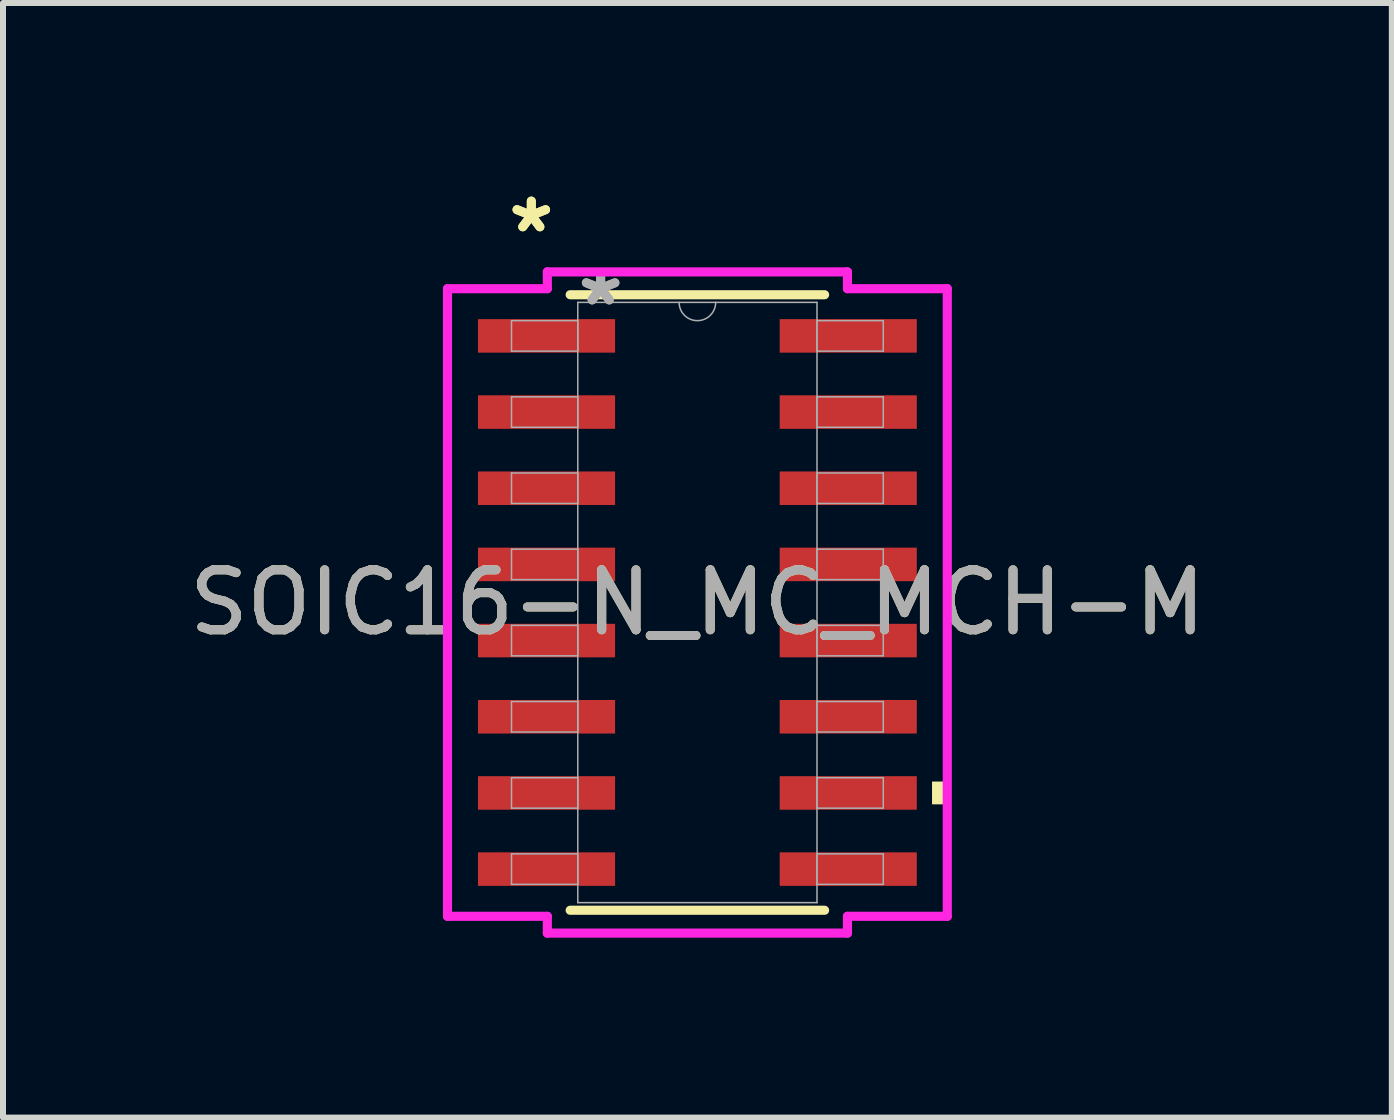
<source format=kicad_pcb>
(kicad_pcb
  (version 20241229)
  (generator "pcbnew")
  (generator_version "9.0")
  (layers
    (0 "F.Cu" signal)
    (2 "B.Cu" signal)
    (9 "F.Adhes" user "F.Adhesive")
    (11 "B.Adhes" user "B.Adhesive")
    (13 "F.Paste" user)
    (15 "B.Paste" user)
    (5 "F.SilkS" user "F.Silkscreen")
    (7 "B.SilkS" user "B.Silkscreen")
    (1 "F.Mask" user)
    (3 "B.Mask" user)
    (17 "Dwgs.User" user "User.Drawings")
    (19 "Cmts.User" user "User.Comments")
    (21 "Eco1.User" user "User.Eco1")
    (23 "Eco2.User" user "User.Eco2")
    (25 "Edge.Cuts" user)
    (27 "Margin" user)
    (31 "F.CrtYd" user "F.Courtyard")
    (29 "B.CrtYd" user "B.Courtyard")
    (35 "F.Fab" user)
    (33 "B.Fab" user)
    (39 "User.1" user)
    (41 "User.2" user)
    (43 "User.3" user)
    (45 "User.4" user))
  (footprint "SOIC16-N_MC_MCH-M"
    (layer "F.Cu")
    (at 8.577 6.995)
    (property "Reference" "SOIC16-N_MC_MCH-M" (at 0 0 0) (unlocked yes) (layer "F.SilkS") (effects (font (size 1 1) (thickness 0.15))))
    (attr smd)
    (fp_line (start -2.121 5.131) (end 2.121 5.131) (stroke (width 0.152) (type solid)) (layer "F.SilkS"))
    (fp_line (start 2.121 -5.131) (end -2.121 -5.131) (stroke (width 0.152) (type solid)) (layer "F.SilkS"))
    (fp_poly (pts (xy 4.166 2.985) (xy 4.166 3.365) (xy 3.912 3.365) (xy 3.912 2.985)) (stroke (width 0) (type solid)) (fill yes) (layer "F.SilkS"))
    (fp_line (start -4.166 -5.232) (end -2.502 -5.232) (stroke (width 0.152) (type solid)) (layer "F.CrtYd"))
    (fp_line (start -4.166 5.232) (end -4.166 -5.232) (stroke (width 0.152) (type solid)) (layer "F.CrtYd"))
    (fp_line (start -4.166 5.232) (end -2.502 5.232) (stroke (width 0.152) (type solid)) (layer "F.CrtYd"))
    (fp_line (start -2.502 -5.512) (end 2.502 -5.512) (stroke (width 0.152) (type solid)) (layer "F.CrtYd"))
    (fp_line (start -2.502 -5.232) (end -2.502 -5.512) (stroke (width 0.152) (type solid)) (layer "F.CrtYd"))
    (fp_line (start -2.502 5.512) (end -2.502 5.232) (stroke (width 0.152) (type solid)) (layer "F.CrtYd"))
    (fp_line (start 2.502 -5.512) (end 2.502 -5.232) (stroke (width 0.152) (type solid)) (layer "F.CrtYd"))
    (fp_line (start 2.502 5.232) (end 2.502 5.512) (stroke (width 0.152) (type solid)) (layer "F.CrtYd"))
    (fp_line (start 2.502 5.512) (end -2.502 5.512) (stroke (width 0.152) (type solid)) (layer "F.CrtYd"))
    (fp_line (start 4.166 -5.232) (end 2.502 -5.232) (stroke (width 0.152) (type solid)) (layer "F.CrtYd"))
    (fp_line (start 4.166 -5.232) (end 4.166 5.232) (stroke (width 0.152) (type solid)) (layer "F.CrtYd"))
    (fp_line (start 4.166 5.232) (end 2.502 5.232) (stroke (width 0.152) (type solid)) (layer "F.CrtYd"))
    (fp_line (start -3.099 -4.699) (end -3.099 -4.191) (stroke (width 0.025) (type solid)) (layer "F.Fab"))
    (fp_line (start -3.099 -4.191) (end -1.994 -4.191) (stroke (width 0.025) (type solid)) (layer "F.Fab"))
    (fp_line (start -3.099 -3.429) (end -3.099 -2.921) (stroke (width 0.025) (type solid)) (layer "F.Fab"))
    (fp_line (start -3.099 -2.921) (end -1.994 -2.921) (stroke (width 0.025) (type solid)) (layer "F.Fab"))
    (fp_line (start -3.099 -2.159) (end -3.099 -1.651) (stroke (width 0.025) (type solid)) (layer "F.Fab"))
    (fp_line (start -3.099 -1.651) (end -1.994 -1.651) (stroke (width 0.025) (type solid)) (layer "F.Fab"))
    (fp_line (start -3.099 -0.889) (end -3.099 -0.381) (stroke (width 0.025) (type solid)) (layer "F.Fab"))
    (fp_line (start -3.099 -0.381) (end -1.994 -0.381) (stroke (width 0.025) (type solid)) (layer "F.Fab"))
    (fp_line (start -3.099 0.381) (end -3.099 0.889) (stroke (width 0.025) (type solid)) (layer "F.Fab"))
    (fp_line (start -3.099 0.889) (end -1.994 0.889) (stroke (width 0.025) (type solid)) (layer "F.Fab"))
    (fp_line (start -3.099 1.651) (end -3.099 2.159) (stroke (width 0.025) (type solid)) (layer "F.Fab"))
    (fp_line (start -3.099 2.159) (end -1.994 2.159) (stroke (width 0.025) (type solid)) (layer "F.Fab"))
    (fp_line (start -3.099 2.921) (end -3.099 3.429) (stroke (width 0.025) (type solid)) (layer "F.Fab"))
    (fp_line (start -3.099 3.429) (end -1.994 3.429) (stroke (width 0.025) (type solid)) (layer "F.Fab"))
    (fp_line (start -3.099 4.191) (end -3.099 4.699) (stroke (width 0.025) (type solid)) (layer "F.Fab"))
    (fp_line (start -3.099 4.699) (end -1.994 4.699) (stroke (width 0.025) (type solid)) (layer "F.Fab"))
    (fp_line (start -1.994 -5.004) (end -1.994 5.004) (stroke (width 0.025) (type solid)) (layer "F.Fab"))
    (fp_line (start -1.994 -4.699) (end -3.099 -4.699) (stroke (width 0.025) (type solid)) (layer "F.Fab"))
    (fp_line (start -1.994 -4.191) (end -1.994 -4.699) (stroke (width 0.025) (type solid)) (layer "F.Fab"))
    (fp_line (start -1.994 -3.429) (end -3.099 -3.429) (stroke (width 0.025) (type solid)) (layer "F.Fab"))
    (fp_line (start -1.994 -2.921) (end -1.994 -3.429) (stroke (width 0.025) (type solid)) (layer "F.Fab"))
    (fp_line (start -1.994 -2.159) (end -3.099 -2.159) (stroke (width 0.025) (type solid)) (layer "F.Fab"))
    (fp_line (start -1.994 -1.651) (end -1.994 -2.159) (stroke (width 0.025) (type solid)) (layer "F.Fab"))
    (fp_line (start -1.994 -0.889) (end -3.099 -0.889) (stroke (width 0.025) (type solid)) (layer "F.Fab"))
    (fp_line (start -1.994 -0.381) (end -1.994 -0.889) (stroke (width 0.025) (type solid)) (layer "F.Fab"))
    (fp_line (start -1.994 0.381) (end -3.099 0.381) (stroke (width 0.025) (type solid)) (layer "F.Fab"))
    (fp_line (start -1.994 0.889) (end -1.994 0.381) (stroke (width 0.025) (type solid)) (layer "F.Fab"))
    (fp_line (start -1.994 1.651) (end -3.099 1.651) (stroke (width 0.025) (type solid)) (layer "F.Fab"))
    (fp_line (start -1.994 2.159) (end -1.994 1.651) (stroke (width 0.025) (type solid)) (layer "F.Fab"))
    (fp_line (start -1.994 2.921) (end -3.099 2.921) (stroke (width 0.025) (type solid)) (layer "F.Fab"))
    (fp_line (start -1.994 3.429) (end -1.994 2.921) (stroke (width 0.025) (type solid)) (layer "F.Fab"))
    (fp_line (start -1.994 4.191) (end -3.099 4.191) (stroke (width 0.025) (type solid)) (layer "F.Fab"))
    (fp_line (start -1.994 4.699) (end -1.994 4.191) (stroke (width 0.025) (type solid)) (layer "F.Fab"))
    (fp_line (start -1.994 5.004) (end 1.994 5.004) (stroke (width 0.025) (type solid)) (layer "F.Fab"))
    (fp_line (start 1.994 -5.004) (end -1.994 -5.004) (stroke (width 0.025) (type solid)) (layer "F.Fab"))
    (fp_line (start 1.994 -4.699) (end 1.994 -4.191) (stroke (width 0.025) (type solid)) (layer "F.Fab"))
    (fp_line (start 1.994 -4.191) (end 3.099 -4.191) (stroke (width 0.025) (type solid)) (layer "F.Fab"))
    (fp_line (start 1.994 -3.429) (end 1.994 -2.921) (stroke (width 0.025) (type solid)) (layer "F.Fab"))
    (fp_line (start 1.994 -2.921) (end 3.099 -2.921) (stroke (width 0.025) (type solid)) (layer "F.Fab"))
    (fp_line (start 1.994 -2.159) (end 1.994 -1.651) (stroke (width 0.025) (type solid)) (layer "F.Fab"))
    (fp_line (start 1.994 -1.651) (end 3.099 -1.651) (stroke (width 0.025) (type solid)) (layer "F.Fab"))
    (fp_line (start 1.994 -0.889) (end 1.994 -0.381) (stroke (width 0.025) (type solid)) (layer "F.Fab"))
    (fp_line (start 1.994 -0.381) (end 3.099 -0.381) (stroke (width 0.025) (type solid)) (layer "F.Fab"))
    (fp_line (start 1.994 0.381) (end 1.994 0.889) (stroke (width 0.025) (type solid)) (layer "F.Fab"))
    (fp_line (start 1.994 0.889) (end 3.099 0.889) (stroke (width 0.025) (type solid)) (layer "F.Fab"))
    (fp_line (start 1.994 1.651) (end 1.994 2.159) (stroke (width 0.025) (type solid)) (layer "F.Fab"))
    (fp_line (start 1.994 2.159) (end 3.099 2.159) (stroke (width 0.025) (type solid)) (layer "F.Fab"))
    (fp_line (start 1.994 2.921) (end 1.994 3.429) (stroke (width 0.025) (type solid)) (layer "F.Fab"))
    (fp_line (start 1.994 3.429) (end 3.099 3.429) (stroke (width 0.025) (type solid)) (layer "F.Fab"))
    (fp_line (start 1.994 4.191) (end 1.994 4.699) (stroke (width 0.025) (type solid)) (layer "F.Fab"))
    (fp_line (start 1.994 4.699) (end 3.099 4.699) (stroke (width 0.025) (type solid)) (layer "F.Fab"))
    (fp_line (start 1.994 5.004) (end 1.994 -5.004) (stroke (width 0.025) (type solid)) (layer "F.Fab"))
    (fp_line (start 3.099 -4.699) (end 1.994 -4.699) (stroke (width 0.025) (type solid)) (layer "F.Fab"))
    (fp_line (start 3.099 -4.191) (end 3.099 -4.699) (stroke (width 0.025) (type solid)) (layer "F.Fab"))
    (fp_line (start 3.099 -3.429) (end 1.994 -3.429) (stroke (width 0.025) (type solid)) (layer "F.Fab"))
    (fp_line (start 3.099 -2.921) (end 3.099 -3.429) (stroke (width 0.025) (type solid)) (layer "F.Fab"))
    (fp_line (start 3.099 -2.159) (end 1.994 -2.159) (stroke (width 0.025) (type solid)) (layer "F.Fab"))
    (fp_line (start 3.099 -1.651) (end 3.099 -2.159) (stroke (width 0.025) (type solid)) (layer "F.Fab"))
    (fp_line (start 3.099 -0.889) (end 1.994 -0.889) (stroke (width 0.025) (type solid)) (layer "F.Fab"))
    (fp_line (start 3.099 -0.381) (end 3.099 -0.889) (stroke (width 0.025) (type solid)) (layer "F.Fab"))
    (fp_line (start 3.099 0.381) (end 1.994 0.381) (stroke (width 0.025) (type solid)) (layer "F.Fab"))
    (fp_line (start 3.099 0.889) (end 3.099 0.381) (stroke (width 0.025) (type solid)) (layer "F.Fab"))
    (fp_line (start 3.099 1.651) (end 1.994 1.651) (stroke (width 0.025) (type solid)) (layer "F.Fab"))
    (fp_line (start 3.099 2.159) (end 3.099 1.651) (stroke (width 0.025) (type solid)) (layer "F.Fab"))
    (fp_line (start 3.099 2.921) (end 1.994 2.921) (stroke (width 0.025) (type solid)) (layer "F.Fab"))
    (fp_line (start 3.099 3.429) (end 3.099 2.921) (stroke (width 0.025) (type solid)) (layer "F.Fab"))
    (fp_line (start 3.099 4.191) (end 1.994 4.191) (stroke (width 0.025) (type solid)) (layer "F.Fab"))
    (fp_line (start 3.099 4.699) (end 3.099 4.191) (stroke (width 0.025) (type solid)) (layer "F.Fab"))
    (fp_arc (start 0.3048 -5.0038) (mid 0 -4.699) (end -0.3048 -5.0038) (stroke (width 0.0254) (type solid)) (layer "F.Fab"))
    (fp_text user "*" (at -2.769 -6.147 0) (layer "F.SilkS") (effects (font (size 1 1) (thickness 0.15))))
    (fp_text user "*" (at -2.769 -6.147 0) (unlocked yes) (layer "F.SilkS") (effects (font (size 1 1) (thickness 0.15))))
    (fp_text user "${REFERENCE}" (at 0 0 0) (unlocked yes) (layer "F.Fab") (effects (font (size 1 1) (thickness 0.15))))
    (fp_text user "*" (at -1.613 -4.928 0) (unlocked yes) (layer "F.Fab") (effects (font (size 1 1) (thickness 0.15))))
    (fp_text user "*" (at -1.613 -4.928 0) (layer "F.Fab") (effects (font (size 1 1) (thickness 0.15))))
    (pad "1" smd rect (at -2.515 -4.445) (size 2.286 0.559) (layers "F.Cu" "F.Mask" "F.Paste"))
    (pad "2" smd rect (at -2.515 -3.175) (size 2.286 0.559) (layers "F.Cu" "F.Mask" "F.Paste"))
    (pad "3" smd rect (at -2.515 -1.905) (size 2.286 0.559) (layers "F.Cu" "F.Mask" "F.Paste"))
    (pad "4" smd rect (at -2.515 -0.635) (size 2.286 0.559) (layers "F.Cu" "F.Mask" "F.Paste"))
    (pad "5" smd rect (at -2.515 0.635) (size 2.286 0.559) (layers "F.Cu" "F.Mask" "F.Paste"))
    (pad "6" smd rect (at -2.515 1.905) (size 2.286 0.559) (layers "F.Cu" "F.Mask" "F.Paste"))
    (pad "7" smd rect (at -2.515 3.175) (size 2.286 0.559) (layers "F.Cu" "F.Mask" "F.Paste"))
    (pad "8" smd rect (at -2.515 4.445) (size 2.286 0.559) (layers "F.Cu" "F.Mask" "F.Paste"))
    (pad "9" smd rect (at 2.515 4.445) (size 2.286 0.559) (layers "F.Cu" "F.Mask" "F.Paste"))
    (pad "10" smd rect (at 2.515 3.175) (size 2.286 0.559) (layers "F.Cu" "F.Mask" "F.Paste"))
    (pad "11" smd rect (at 2.515 1.905) (size 2.286 0.559) (layers "F.Cu" "F.Mask" "F.Paste"))
    (pad "12" smd rect (at 2.515 0.635) (size 2.286 0.559) (layers "F.Cu" "F.Mask" "F.Paste"))
    (pad "13" smd rect (at 2.515 -0.635) (size 2.286 0.559) (layers "F.Cu" "F.Mask" "F.Paste"))
    (pad "14" smd rect (at 2.515 -1.905) (size 2.286 0.559) (layers "F.Cu" "F.Mask" "F.Paste"))
    (pad "15" smd rect (at 2.515 -3.175) (size 2.286 0.559) (layers "F.Cu" "F.Mask" "F.Paste"))
    (pad "16" smd rect (at 2.515 -4.445) (size 2.286 0.559) (layers "F.Cu" "F.Mask" "F.Paste")))
  (gr_rect
    (start -3 -3)
    (end 20.155 15.583)
    (stroke (width 0.1) (type default))
    (fill no)
    (layer "Edge.Cuts")))
</source>
